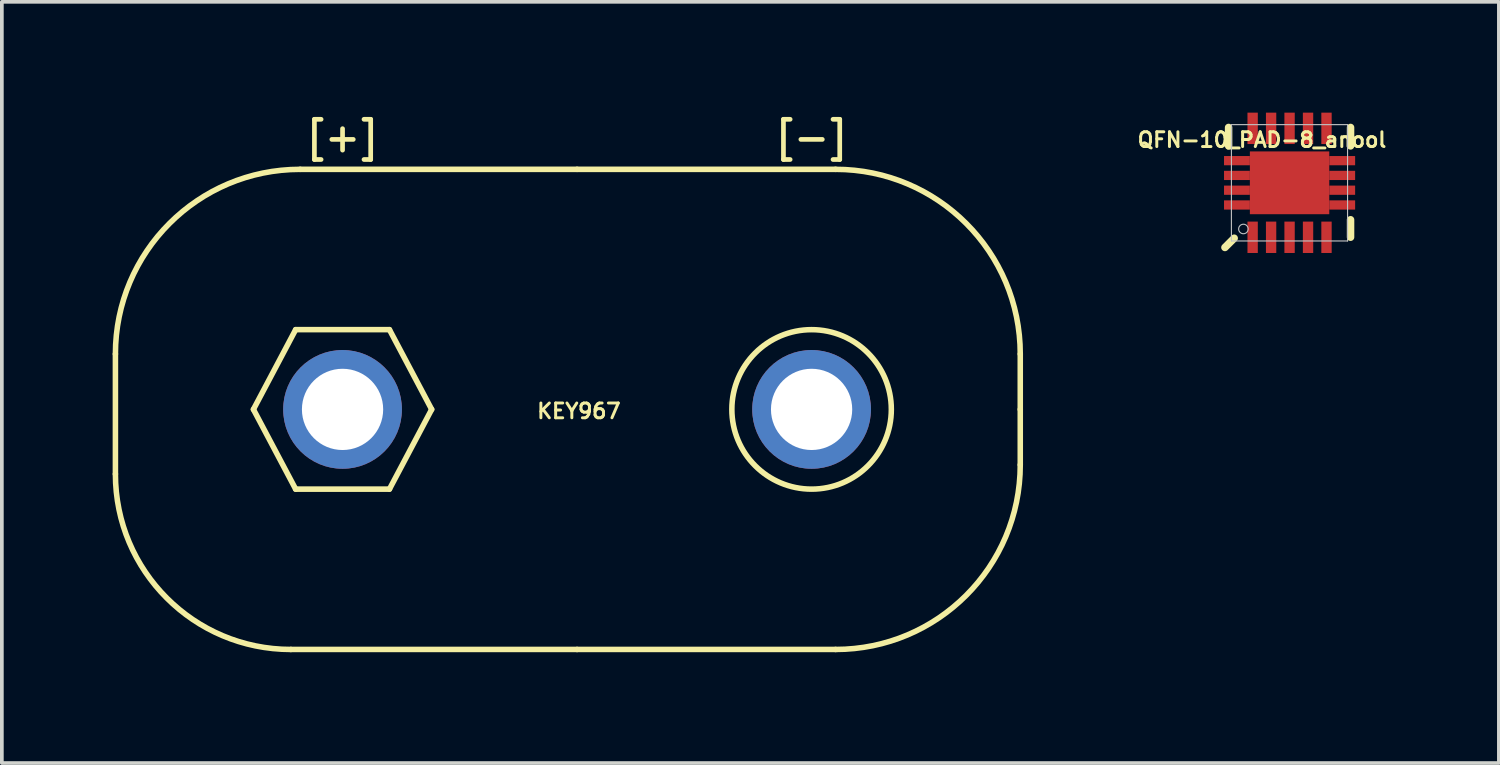
<source format=kicad_pcb>
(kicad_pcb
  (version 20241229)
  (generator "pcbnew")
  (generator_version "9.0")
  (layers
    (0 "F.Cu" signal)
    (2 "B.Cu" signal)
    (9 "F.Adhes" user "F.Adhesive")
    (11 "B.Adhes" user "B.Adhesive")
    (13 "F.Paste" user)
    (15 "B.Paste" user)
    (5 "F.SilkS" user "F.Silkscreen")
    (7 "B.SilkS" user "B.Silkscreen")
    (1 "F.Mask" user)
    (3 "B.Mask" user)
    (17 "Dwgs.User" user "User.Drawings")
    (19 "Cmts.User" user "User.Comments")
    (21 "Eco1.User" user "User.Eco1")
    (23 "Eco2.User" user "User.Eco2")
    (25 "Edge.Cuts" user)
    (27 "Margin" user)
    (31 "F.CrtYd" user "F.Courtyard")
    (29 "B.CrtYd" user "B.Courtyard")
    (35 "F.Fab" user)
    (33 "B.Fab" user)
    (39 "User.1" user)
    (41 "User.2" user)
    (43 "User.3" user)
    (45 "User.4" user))
  (footprint "QFN-10_PAD-8_anool"
    (layer "F.Cu")
    (at 31.867 1.9)
    (property "Reference" "QFN-10_PAD-8_anool" (at 2.667 -1.397 0) (layer "F.SilkS") (effects (font (size 0.4 0.4) (thickness 0.08)) (justify right top)))
    (attr through_hole)
    (fp_line (start -1.75 1.75) (end -1.5 1.5) (stroke (width 0.203) (type solid)) (layer "F.SilkS"))
    (fp_line (start -1.651 -1.499) (end -1.651 -1) (stroke (width 0.203) (type solid)) (layer "F.SilkS"))
    (fp_line (start 1.651 -1.499) (end 1.651 -1) (stroke (width 0.203) (type solid)) (layer "F.SilkS"))
    (fp_line (start 1.651 1) (end 1.651 1.473) (stroke (width 0.203) (type solid)) (layer "F.SilkS"))
    (fp_poly (pts (xy -1.76 -0.485) (xy -1.16 -0.485) (xy -1.16 -0.715) (xy -1.76 -0.715)) (stroke (width 0.15) (type solid)) (fill yes) (layer "F.Paste"))
    (fp_poly (pts (xy -1.76 -0.085) (xy -1.16 -0.085) (xy -1.16 -0.315) (xy -1.76 -0.315)) (stroke (width 0.15) (type solid)) (fill yes) (layer "F.Paste"))
    (fp_poly (pts (xy -1.76 0.315) (xy -1.16 0.315) (xy -1.16 0.085) (xy -1.76 0.085)) (stroke (width 0.15) (type solid)) (fill yes) (layer "F.Paste"))
    (fp_poly (pts (xy -1.76 0.715) (xy -1.16 0.715) (xy -1.16 0.485) (xy -1.76 0.485)) (stroke (width 0.15) (type solid)) (fill yes) (layer "F.Paste"))
    (fp_poly (pts (xy -1.01 -0.11) (xy -0.11 -0.11) (xy -0.11 -0.76) (xy -1.01 -0.76)) (stroke (width 0.15) (type solid)) (fill yes) (layer "F.Paste"))
    (fp_poly (pts (xy -1.01 0.76) (xy -0.11 0.76) (xy -0.11 0.11) (xy -1.01 0.11)) (stroke (width 0.15) (type solid)) (fill yes) (layer "F.Paste"))
    (fp_poly (pts (xy 0.11 -0.11) (xy 1.01 -0.11) (xy 1.01 -0.76) (xy 0.11 -0.76)) (stroke (width 0.15) (type solid)) (fill yes) (layer "F.Paste"))
    (fp_poly (pts (xy 0.11 0.76) (xy 1.01 0.76) (xy 1.01 0.11) (xy 0.11 0.11)) (stroke (width 0.15) (type solid)) (fill yes) (layer "F.Paste"))
    (fp_poly (pts (xy 1.16 -0.485) (xy 1.76 -0.485) (xy 1.76 -0.715) (xy 1.16 -0.715)) (stroke (width 0.15) (type solid)) (fill yes) (layer "F.Paste"))
    (fp_poly (pts (xy 1.16 -0.085) (xy 1.76 -0.085) (xy 1.76 -0.315) (xy 1.16 -0.315)) (stroke (width 0.15) (type solid)) (fill yes) (layer "F.Paste"))
    (fp_poly (pts (xy 1.16 0.315) (xy 1.76 0.315) (xy 1.76 0.085) (xy 1.16 0.085)) (stroke (width 0.15) (type solid)) (fill yes) (layer "F.Paste"))
    (fp_poly (pts (xy 1.16 0.715) (xy 1.76 0.715) (xy 1.76 0.485) (xy 1.16 0.485)) (stroke (width 0.15) (type solid)) (fill yes) (layer "F.Paste"))
    (fp_line (start -1.575 -1.575) (end 1.57 -1.575) (stroke (width 0.03) (type solid)) (layer "Dwgs.User"))
    (fp_line (start -1.575 1.575) (end -1.575 -1.575) (stroke (width 0.03) (type solid)) (layer "Dwgs.User"))
    (fp_line (start 1.57 -1.575) (end 1.57 1.575) (stroke (width 0.03) (type solid)) (layer "Dwgs.User"))
    (fp_line (start 1.57 1.575) (end -1.575 1.575) (stroke (width 0.03) (type solid)) (layer "Dwgs.User"))
    (fp_circle (center -1.25 1.25) (end -1.121 1.25) (stroke (width 0.03) (type solid)) (fill no) (layer "Dwgs.User"))
    (pad "1" smd rect (at -1 1.475 90) (size 0.85 0.28) (layers "F.Cu" "F.Mask" "F.Paste"))
    (pad "2" smd rect (at -0.5 1.475 90) (size 0.85 0.28) (layers "F.Cu" "F.Mask" "F.Paste"))
    (pad "3" smd rect (at 0 1.475 90) (size 0.85 0.28) (layers "F.Cu" "F.Mask" "F.Paste"))
    (pad "4" smd rect (at 0.5 1.475 90) (size 0.85 0.28) (layers "F.Cu" "F.Mask" "F.Paste"))
    (pad "5" smd rect (at 1 1.475 90) (size 0.85 0.28) (layers "F.Cu" "F.Mask" "F.Paste"))
    (pad "6" smd rect (at 1 -1.475 90) (size 0.85 0.28) (layers "F.Cu" "F.Mask" "F.Paste"))
    (pad "7" smd rect (at 0.5 -1.475 90) (size 0.85 0.28) (layers "F.Cu" "F.Mask" "F.Paste"))
    (pad "8" smd rect (at 0 -1.475 90) (size 0.85 0.28) (layers "F.Cu" "F.Mask" "F.Paste"))
    (pad "9" smd rect (at -0.5 -1.475 90) (size 0.85 0.28) (layers "F.Cu" "F.Mask" "F.Paste"))
    (pad "10" smd rect (at -1 -1.475 90) (size 0.85 0.28) (layers "F.Cu" "F.Mask" "F.Paste"))
    (pad "11" smd rect (at -1.425 -0.6 180) (size 0.7 0.25) (layers "F.Cu" "F.Mask" "F.Paste"))
    (pad "12" smd rect (at -1.425 -0.2 180) (size 0.7 0.25) (layers "F.Cu" "F.Mask" "F.Paste"))
    (pad "13" smd rect (at -1.425 0.2 180) (size 0.7 0.25) (layers "F.Cu" "F.Mask" "F.Paste"))
    (pad "14" smd rect (at -1.425 0.6 180) (size 0.7 0.25) (layers "F.Cu" "F.Mask" "F.Paste"))
    (pad "15" smd rect (at 1.425 -0.6 180) (size 0.7 0.25) (layers "F.Cu" "F.Mask" "F.Paste"))
    (pad "16" smd rect (at 1.425 -0.2 180) (size 0.7 0.25) (layers "F.Cu" "F.Mask" "F.Paste"))
    (pad "17" smd rect (at 1.425 0.2 180) (size 0.7 0.25) (layers "F.Cu" "F.Mask" "F.Paste"))
    (pad "18" smd rect (at 1.425 0.6 180) (size 0.7 0.25) (layers "F.Cu" "F.Mask" "F.Paste"))
    (pad "PAD" smd rect (at 0 0 90) (size 1.7 2.15) (layers "F.Cu" "F.Mask" "F.Paste")))
  (footprint "KEY967"
    (layer "F.Cu")
    (at 12.575 8.035)
    (property "Reference" "KEY967" (at 0.049 0.046 0) (layer "F.SilkS") (effects (font (size 0.4 0.4) (thickness 0.08))))
    (attr through_hole)
    (fp_line (start -12.5 -1.5) (end -12.5 1.75) (stroke (width 0.15) (type solid)) (layer "F.SilkS"))
    (fp_line (start -8.763 0) (end -7.62 2.159) (stroke (width 0.15) (type solid)) (layer "F.SilkS"))
    (fp_line (start -7.75 6.5) (end 0 6.5) (stroke (width 0.15) (type solid)) (layer "F.SilkS"))
    (fp_line (start -7.62 -2.159) (end -8.763 0) (stroke (width 0.15) (type solid)) (layer "F.SilkS"))
    (fp_line (start -7.62 -2.159) (end -5.08 -2.159) (stroke (width 0.15) (type solid)) (layer "F.SilkS"))
    (fp_line (start -7.62 2.159) (end -5.08 2.159) (stroke (width 0.15) (type solid)) (layer "F.SilkS"))
    (fp_line (start -5.08 -2.159) (end -3.937 0) (stroke (width 0.15) (type solid)) (layer "F.SilkS"))
    (fp_line (start -3.937 0) (end -5.08 2.159) (stroke (width 0.15) (type solid)) (layer "F.SilkS"))
    (fp_line (start 0 -6.5) (end -7.5 -6.5) (stroke (width 0.15) (type solid)) (layer "F.SilkS"))
    (fp_line (start 0 -6.5) (end 7 -6.5) (stroke (width 0.15) (type solid)) (layer "F.SilkS"))
    (fp_line (start 0 6.5) (end 7 6.5) (stroke (width 0.15) (type solid)) (layer "F.SilkS"))
    (fp_line (start 12 0) (end 12 -1.5) (stroke (width 0.15) (type solid)) (layer "F.SilkS"))
    (fp_line (start 12 0) (end 12 1.5) (stroke (width 0.15) (type solid)) (layer "F.SilkS"))
    (fp_arc (start -12.5 -1.5) (mid -11.035534 -5.035534) (end -7.5 -6.5) (stroke (width 0.15) (type solid)) (layer "F.SilkS"))
    (fp_arc (start -7.75 6.5) (mid -11.108757 5.108757) (end -12.5 1.75) (stroke (width 0.15) (type solid)) (layer "F.SilkS"))
    (fp_arc (start 7 -6.5) (mid 10.535534 -5.035534) (end 12 -1.5) (stroke (width 0.15) (type solid)) (layer "F.SilkS"))
    (fp_arc (start 12 1.5) (mid 10.535534 5.035534) (end 7 6.5) (stroke (width 0.15) (type solid)) (layer "F.SilkS"))
    (fp_circle (center 6.35 0) (end 4.191 0) (stroke (width 0.15) (type solid)) (fill no) (layer "F.SilkS"))
    (fp_text user "[+]" (at -6.35 -7.366 0) (layer "F.SilkS") (effects (font (size 0.762 0.762) (thickness 0.127))))
    (fp_text user "[-]" (at 6.35 -7.366 0) (layer "F.SilkS") (effects (font (size 0.762 0.762) (thickness 0.127))))
    (pad "1" thru_hole circle (at -6.35 0) (size 3.216 3.216) (drill 2.2) (layers "*.Cu" "*.Mask"))
    (pad "2" thru_hole circle (at 6.35 0) (size 3.216 3.216) (drill 2.2) (layers "*.Cu" "*.Mask")))
  (gr_rect
    (start -3 -3)
    (end 37.534 17.61)
    (stroke (width 0.1) (type default))
    (fill no)
    (layer "Edge.Cuts")))
</source>
